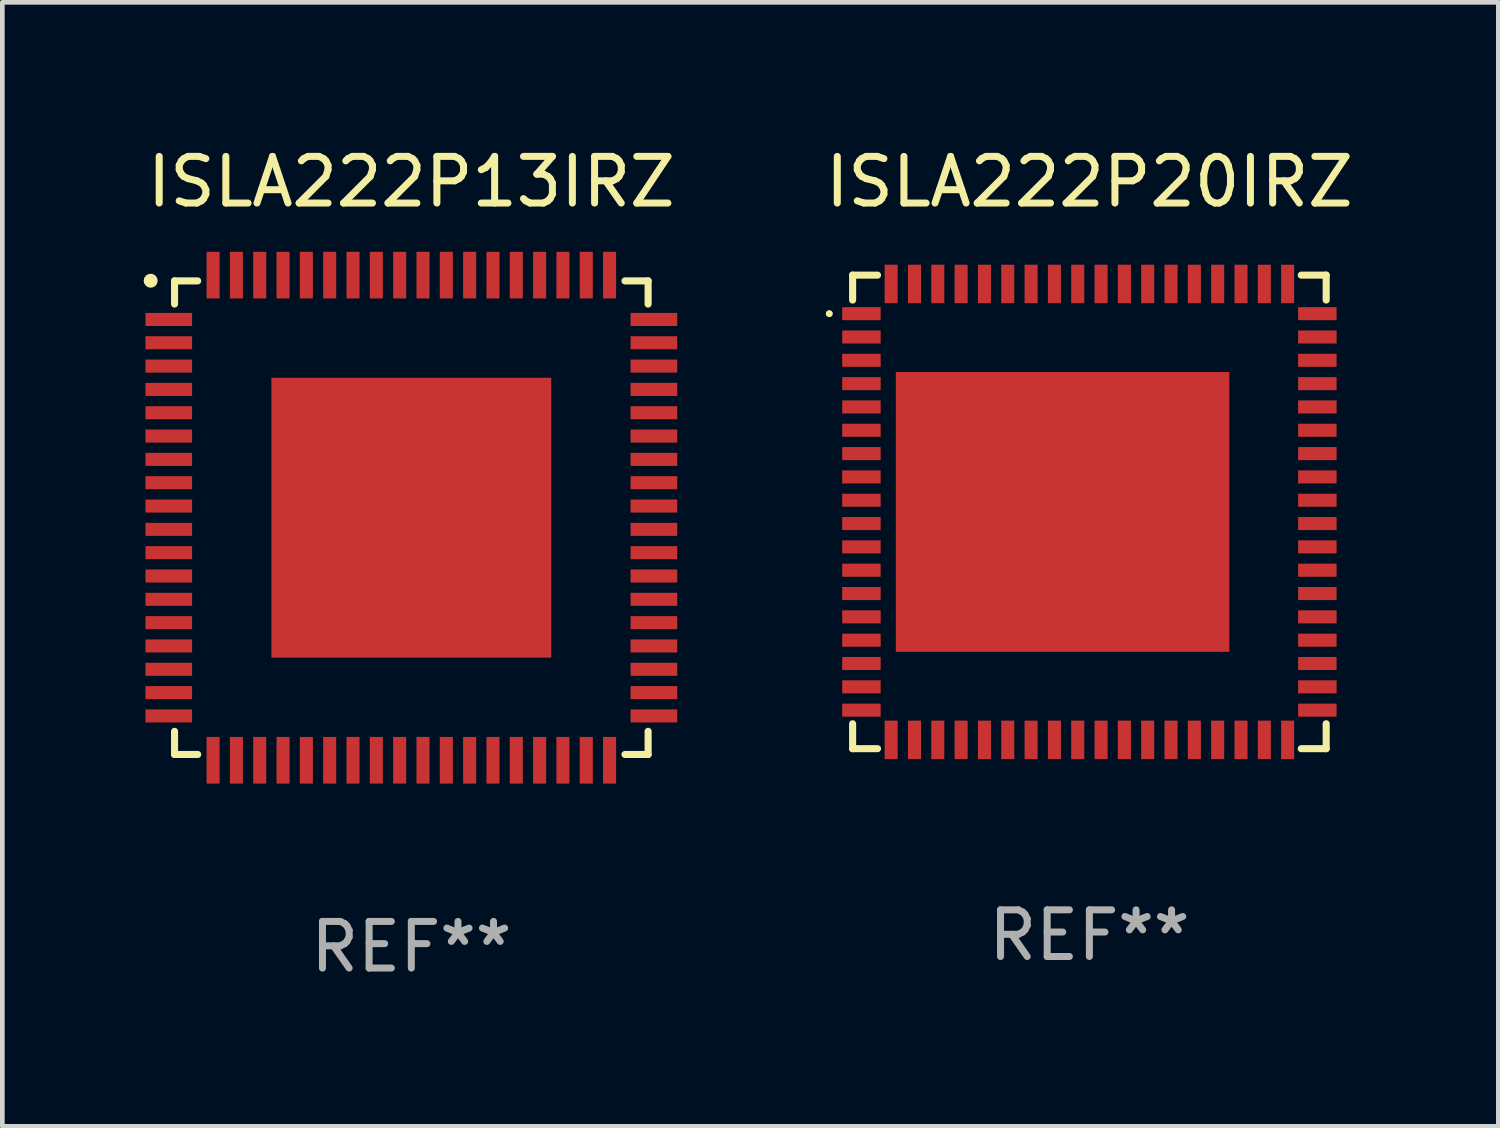
<source format=kicad_pcb>
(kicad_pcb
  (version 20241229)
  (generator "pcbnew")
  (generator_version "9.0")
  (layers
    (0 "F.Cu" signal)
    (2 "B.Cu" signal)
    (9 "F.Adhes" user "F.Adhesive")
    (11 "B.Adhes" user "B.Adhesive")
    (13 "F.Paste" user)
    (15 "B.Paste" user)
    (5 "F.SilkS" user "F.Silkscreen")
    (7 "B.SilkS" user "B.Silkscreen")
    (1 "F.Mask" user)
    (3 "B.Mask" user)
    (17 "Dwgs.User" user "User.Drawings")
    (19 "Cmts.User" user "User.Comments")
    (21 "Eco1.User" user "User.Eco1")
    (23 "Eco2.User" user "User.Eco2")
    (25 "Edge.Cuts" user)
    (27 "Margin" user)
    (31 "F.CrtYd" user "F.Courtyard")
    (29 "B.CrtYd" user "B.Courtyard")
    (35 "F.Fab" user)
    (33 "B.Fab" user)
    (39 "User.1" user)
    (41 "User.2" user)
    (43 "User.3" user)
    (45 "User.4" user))
  (footprint "ISLA222P13IRZ"
    (layer "F.Cu")
    (at 5.768 8.048)
    (property "Reference" "ISLA222P13IRZ" (at 0 -7.2 0) (layer "F.SilkS") (effects (font (size 1 1) (thickness 0.15))))
    (attr through_hole)
    (fp_line (start -5.076 -5.076) (end -5.076 -4.58) (stroke (width 0.152) (type solid)) (layer "F.SilkS"))
    (fp_line (start -5.076 5.076) (end -5.076 4.58) (stroke (width 0.152) (type solid)) (layer "F.SilkS"))
    (fp_line (start -4.58 -5.076) (end -5.076 -5.076) (stroke (width 0.152) (type solid)) (layer "F.SilkS"))
    (fp_line (start -4.58 5.076) (end -5.076 5.076) (stroke (width 0.152) (type solid)) (layer "F.SilkS"))
    (fp_line (start 4.58 -5.076) (end 5.076 -5.076) (stroke (width 0.152) (type solid)) (layer "F.SilkS"))
    (fp_line (start 4.58 5.076) (end 5.076 5.076) (stroke (width 0.152) (type solid)) (layer "F.SilkS"))
    (fp_line (start 5.076 -5.076) (end 5.076 -4.58) (stroke (width 0.152) (type solid)) (layer "F.SilkS"))
    (fp_line (start 5.076 5.076) (end 5.076 4.58) (stroke (width 0.152) (type solid)) (layer "F.SilkS"))
    (fp_circle (center -5.588 -5.08) (end -5.513 -5.08) (stroke (width 0.15) (type solid)) (fill no) (layer "F.SilkS"))
    (fp_text user "REF**" (at 0 9.2 0) (layer "F.Fab") (effects (font (size 1 1) (thickness 0.15))))
    (pad "1" smd rect (at -5.2 -4.25 270) (size 0.28 1) (layers "F.Cu" "F.Mask" "F.Paste"))
    (pad "2" smd rect (at -5.2 -3.75 270) (size 0.28 1) (layers "F.Cu" "F.Mask" "F.Paste"))
    (pad "3" smd rect (at -5.2 -3.25 270) (size 0.28 1) (layers "F.Cu" "F.Mask" "F.Paste"))
    (pad "4" smd rect (at -5.2 -2.75 270) (size 0.28 1) (layers "F.Cu" "F.Mask" "F.Paste"))
    (pad "5" smd rect (at -5.2 -2.25 270) (size 0.28 1) (layers "F.Cu" "F.Mask" "F.Paste"))
    (pad "6" smd rect (at -5.2 -1.75 270) (size 0.28 1) (layers "F.Cu" "F.Mask" "F.Paste"))
    (pad "7" smd rect (at -5.2 -1.25 270) (size 0.28 1) (layers "F.Cu" "F.Mask" "F.Paste"))
    (pad "8" smd rect (at -5.2 -0.75 270) (size 0.28 1) (layers "F.Cu" "F.Mask" "F.Paste"))
    (pad "9" smd rect (at -5.2 -0.25 270) (size 0.28 1) (layers "F.Cu" "F.Mask" "F.Paste"))
    (pad "10" smd rect (at -5.2 0.25 270) (size 0.28 1) (layers "F.Cu" "F.Mask" "F.Paste"))
    (pad "11" smd rect (at -5.2 0.75 270) (size 0.28 1) (layers "F.Cu" "F.Mask" "F.Paste"))
    (pad "12" smd rect (at -5.2 1.25 270) (size 0.28 1) (layers "F.Cu" "F.Mask" "F.Paste"))
    (pad "13" smd rect (at -5.2 1.75 270) (size 0.28 1) (layers "F.Cu" "F.Mask" "F.Paste"))
    (pad "14" smd rect (at -5.2 2.25 270) (size 0.28 1) (layers "F.Cu" "F.Mask" "F.Paste"))
    (pad "15" smd rect (at -5.2 2.75 270) (size 0.28 1) (layers "F.Cu" "F.Mask" "F.Paste"))
    (pad "16" smd rect (at -5.2 3.25 270) (size 0.28 1) (layers "F.Cu" "F.Mask" "F.Paste"))
    (pad "17" smd rect (at -5.2 3.75 270) (size 0.28 1) (layers "F.Cu" "F.Mask" "F.Paste"))
    (pad "18" smd rect (at -5.2 4.25 270) (size 0.28 1) (layers "F.Cu" "F.Mask" "F.Paste"))
    (pad "19" smd rect (at -4.25 5.2 270) (size 1 0.28) (layers "F.Cu" "F.Mask" "F.Paste"))
    (pad "20" smd rect (at -3.75 5.2 270) (size 1 0.28) (layers "F.Cu" "F.Mask" "F.Paste"))
    (pad "21" smd rect (at -3.25 5.2 270) (size 1 0.28) (layers "F.Cu" "F.Mask" "F.Paste"))
    (pad "22" smd rect (at -2.75 5.2 270) (size 1 0.28) (layers "F.Cu" "F.Mask" "F.Paste"))
    (pad "23" smd rect (at -2.25 5.2 270) (size 1 0.28) (layers "F.Cu" "F.Mask" "F.Paste"))
    (pad "24" smd rect (at -1.75 5.2 270) (size 1 0.28) (layers "F.Cu" "F.Mask" "F.Paste"))
    (pad "25" smd rect (at -1.25 5.2 270) (size 1 0.28) (layers "F.Cu" "F.Mask" "F.Paste"))
    (pad "26" smd rect (at -0.75 5.2 270) (size 1 0.28) (layers "F.Cu" "F.Mask" "F.Paste"))
    (pad "27" smd rect (at -0.25 5.2 270) (size 1 0.28) (layers "F.Cu" "F.Mask" "F.Paste"))
    (pad "28" smd rect (at 0.25 5.2 270) (size 1 0.28) (layers "F.Cu" "F.Mask" "F.Paste"))
    (pad "29" smd rect (at 0.75 5.2 270) (size 1 0.28) (layers "F.Cu" "F.Mask" "F.Paste"))
    (pad "30" smd rect (at 1.25 5.2 270) (size 1 0.28) (layers "F.Cu" "F.Mask" "F.Paste"))
    (pad "31" smd rect (at 1.75 5.2 270) (size 1 0.28) (layers "F.Cu" "F.Mask" "F.Paste"))
    (pad "32" smd rect (at 2.25 5.2 270) (size 1 0.28) (layers "F.Cu" "F.Mask" "F.Paste"))
    (pad "33" smd rect (at 2.75 5.2 270) (size 1 0.28) (layers "F.Cu" "F.Mask" "F.Paste"))
    (pad "34" smd rect (at 3.25 5.2 270) (size 1 0.28) (layers "F.Cu" "F.Mask" "F.Paste"))
    (pad "35" smd rect (at 3.75 5.2 270) (size 1 0.28) (layers "F.Cu" "F.Mask" "F.Paste"))
    (pad "36" smd rect (at 4.25 5.2 270) (size 1 0.28) (layers "F.Cu" "F.Mask" "F.Paste"))
    (pad "37" smd rect (at 5.2 4.25 270) (size 0.28 1) (layers "F.Cu" "F.Mask" "F.Paste"))
    (pad "38" smd rect (at 5.2 3.75 270) (size 0.28 1) (layers "F.Cu" "F.Mask" "F.Paste"))
    (pad "39" smd rect (at 5.2 3.25 270) (size 0.28 1) (layers "F.Cu" "F.Mask" "F.Paste"))
    (pad "40" smd rect (at 5.2 2.75 270) (size 0.28 1) (layers "F.Cu" "F.Mask" "F.Paste"))
    (pad "41" smd rect (at 5.2 2.25 270) (size 0.28 1) (layers "F.Cu" "F.Mask" "F.Paste"))
    (pad "42" smd rect (at 5.2 1.75 270) (size 0.28 1) (layers "F.Cu" "F.Mask" "F.Paste"))
    (pad "43" smd rect (at 5.2 1.25 270) (size 0.28 1) (layers "F.Cu" "F.Mask" "F.Paste"))
    (pad "44" smd rect (at 5.2 0.75 270) (size 0.28 1) (layers "F.Cu" "F.Mask" "F.Paste"))
    (pad "45" smd rect (at 5.2 0.25 270) (size 0.28 1) (layers "F.Cu" "F.Mask" "F.Paste"))
    (pad "46" smd rect (at 5.2 -0.25 270) (size 0.28 1) (layers "F.Cu" "F.Mask" "F.Paste"))
    (pad "47" smd rect (at 5.2 -0.75 270) (size 0.28 1) (layers "F.Cu" "F.Mask" "F.Paste"))
    (pad "48" smd rect (at 5.2 -1.25 270) (size 0.28 1) (layers "F.Cu" "F.Mask" "F.Paste"))
    (pad "49" smd rect (at 5.2 -1.75 270) (size 0.28 1) (layers "F.Cu" "F.Mask" "F.Paste"))
    (pad "50" smd rect (at 5.2 -2.25 270) (size 0.28 1) (layers "F.Cu" "F.Mask" "F.Paste"))
    (pad "51" smd rect (at 5.2 -2.75 270) (size 0.28 1) (layers "F.Cu" "F.Mask" "F.Paste"))
    (pad "52" smd rect (at 5.2 -3.25 270) (size 0.28 1) (layers "F.Cu" "F.Mask" "F.Paste"))
    (pad "53" smd rect (at 5.2 -3.75 270) (size 0.28 1) (layers "F.Cu" "F.Mask" "F.Paste"))
    (pad "54" smd rect (at 5.2 -4.25 270) (size 0.28 1) (layers "F.Cu" "F.Mask" "F.Paste"))
    (pad "55" smd rect (at 4.25 -5.2 270) (size 1 0.28) (layers "F.Cu" "F.Mask" "F.Paste"))
    (pad "56" smd rect (at 3.75 -5.2 270) (size 1 0.28) (layers "F.Cu" "F.Mask" "F.Paste"))
    (pad "57" smd rect (at 3.25 -5.2 270) (size 1 0.28) (layers "F.Cu" "F.Mask" "F.Paste"))
    (pad "58" smd rect (at 2.75 -5.2 270) (size 1 0.28) (layers "F.Cu" "F.Mask" "F.Paste"))
    (pad "59" smd rect (at 2.25 -5.2 270) (size 1 0.28) (layers "F.Cu" "F.Mask" "F.Paste"))
    (pad "60" smd rect (at 1.75 -5.2 270) (size 1 0.28) (layers "F.Cu" "F.Mask" "F.Paste"))
    (pad "61" smd rect (at 1.25 -5.2 270) (size 1 0.28) (layers "F.Cu" "F.Mask" "F.Paste"))
    (pad "62" smd rect (at 0.75 -5.2 270) (size 1 0.28) (layers "F.Cu" "F.Mask" "F.Paste"))
    (pad "63" smd rect (at 0.25 -5.2 270) (size 1 0.28) (layers "F.Cu" "F.Mask" "F.Paste"))
    (pad "64" smd rect (at -0.25 -5.2 270) (size 1 0.28) (layers "F.Cu" "F.Mask" "F.Paste"))
    (pad "65" smd rect (at -0.75 -5.2 270) (size 1 0.28) (layers "F.Cu" "F.Mask" "F.Paste"))
    (pad "66" smd rect (at -1.25 -5.2 270) (size 1 0.28) (layers "F.Cu" "F.Mask" "F.Paste"))
    (pad "67" smd rect (at -1.75 -5.2 270) (size 1 0.28) (layers "F.Cu" "F.Mask" "F.Paste"))
    (pad "68" smd rect (at -2.25 -5.2 270) (size 1 0.28) (layers "F.Cu" "F.Mask" "F.Paste"))
    (pad "69" smd rect (at -2.75 -5.2 270) (size 1 0.28) (layers "F.Cu" "F.Mask" "F.Paste"))
    (pad "70" smd rect (at -3.25 -5.2 270) (size 1 0.28) (layers "F.Cu" "F.Mask" "F.Paste"))
    (pad "71" smd rect (at -3.75 -5.2 270) (size 1 0.28) (layers "F.Cu" "F.Mask" "F.Paste"))
    (pad "72" smd rect (at -4.25 -5.2 270) (size 1 0.28) (layers "F.Cu" "F.Mask" "F.Paste"))
    (pad "73" smd rect (at 0.000025 -0.000076 270) (size 6 6) (layers "F.Cu" "F.Mask" "F.Paste")))
  (footprint "ISLA222P20IRZ"
    (layer "F.Cu")
    (at 20.304 7.924)
    (property "Reference" "ISLA222P20IRZ" (at 0 -7.076 0) (layer "F.SilkS") (effects (font (size 1 1) (thickness 0.15))))
    (attr through_hole)
    (fp_line (start -5.076 -5.076) (end -4.542 -5.076) (stroke (width 0.152) (type solid)) (layer "F.SilkS"))
    (fp_line (start -5.076 -4.542) (end -5.076 -5.076) (stroke (width 0.152) (type solid)) (layer "F.SilkS"))
    (fp_line (start -5.076 4.542) (end -5.076 5.076) (stroke (width 0.152) (type solid)) (layer "F.SilkS"))
    (fp_line (start -5.076 5.076) (end -4.542 5.076) (stroke (width 0.152) (type solid)) (layer "F.SilkS"))
    (fp_line (start 5.076 -5.076) (end 4.542 -5.076) (stroke (width 0.152) (type solid)) (layer "F.SilkS"))
    (fp_line (start 5.076 -4.542) (end 5.076 -5.076) (stroke (width 0.152) (type solid)) (layer "F.SilkS"))
    (fp_line (start 5.076 4.542) (end 5.076 5.076) (stroke (width 0.152) (type solid)) (layer "F.SilkS"))
    (fp_line (start 5.076 5.076) (end 4.542 5.076) (stroke (width 0.152) (type solid)) (layer "F.SilkS"))
    (fp_circle (center -5.576 -4.25) (end -5.538 -4.25) (stroke (width 0.075) (type solid)) (fill no) (layer "F.SilkS"))
    (fp_text user "REF**" (at 0 9.076 0) (layer "F.Fab") (effects (font (size 1 1) (thickness 0.15))))
    (pad "1" smd rect (at -4.887 -4.25) (size 0.825 0.28) (layers "F.Cu" "F.Mask" "F.Paste"))
    (pad "2" smd rect (at -4.887 -3.75) (size 0.825 0.28) (layers "F.Cu" "F.Mask" "F.Paste"))
    (pad "3" smd rect (at -4.887 -3.25) (size 0.825 0.28) (layers "F.Cu" "F.Mask" "F.Paste"))
    (pad "4" smd rect (at -4.887 -2.75) (size 0.825 0.28) (layers "F.Cu" "F.Mask" "F.Paste"))
    (pad "5" smd rect (at -4.887 -2.25) (size 0.825 0.28) (layers "F.Cu" "F.Mask" "F.Paste"))
    (pad "6" smd rect (at -4.887 -1.75) (size 0.825 0.28) (layers "F.Cu" "F.Mask" "F.Paste"))
    (pad "7" smd rect (at -4.887 -1.25) (size 0.825 0.28) (layers "F.Cu" "F.Mask" "F.Paste"))
    (pad "8" smd rect (at -4.887 -0.75) (size 0.825 0.28) (layers "F.Cu" "F.Mask" "F.Paste"))
    (pad "9" smd rect (at -4.887 -0.25) (size 0.825 0.28) (layers "F.Cu" "F.Mask" "F.Paste"))
    (pad "10" smd rect (at -4.887 0.25) (size 0.825 0.28) (layers "F.Cu" "F.Mask" "F.Paste"))
    (pad "11" smd rect (at -4.887 0.75) (size 0.825 0.28) (layers "F.Cu" "F.Mask" "F.Paste"))
    (pad "12" smd rect (at -4.887 1.25) (size 0.825 0.28) (layers "F.Cu" "F.Mask" "F.Paste"))
    (pad "13" smd rect (at -4.887 1.75) (size 0.825 0.28) (layers "F.Cu" "F.Mask" "F.Paste"))
    (pad "14" smd rect (at -4.887 2.25) (size 0.825 0.28) (layers "F.Cu" "F.Mask" "F.Paste"))
    (pad "15" smd rect (at -4.887 2.75) (size 0.825 0.28) (layers "F.Cu" "F.Mask" "F.Paste"))
    (pad "16" smd rect (at -4.887 3.25) (size 0.825 0.28) (layers "F.Cu" "F.Mask" "F.Paste"))
    (pad "17" smd rect (at -4.887 3.75) (size 0.825 0.28) (layers "F.Cu" "F.Mask" "F.Paste"))
    (pad "18" smd rect (at -4.887 4.25) (size 0.825 0.28) (layers "F.Cu" "F.Mask" "F.Paste"))
    (pad "19" smd rect (at -4.25 4.887) (size 0.28 0.825) (layers "F.Cu" "F.Mask" "F.Paste"))
    (pad "20" smd rect (at -3.75 4.887) (size 0.28 0.825) (layers "F.Cu" "F.Mask" "F.Paste"))
    (pad "21" smd rect (at -3.25 4.887) (size 0.28 0.825) (layers "F.Cu" "F.Mask" "F.Paste"))
    (pad "22" smd rect (at -2.75 4.887) (size 0.28 0.825) (layers "F.Cu" "F.Mask" "F.Paste"))
    (pad "23" smd rect (at -2.25 4.887) (size 0.28 0.825) (layers "F.Cu" "F.Mask" "F.Paste"))
    (pad "24" smd rect (at -1.75 4.887) (size 0.28 0.825) (layers "F.Cu" "F.Mask" "F.Paste"))
    (pad "25" smd rect (at -1.25 4.887) (size 0.28 0.825) (layers "F.Cu" "F.Mask" "F.Paste"))
    (pad "26" smd rect (at -0.75 4.887) (size 0.28 0.825) (layers "F.Cu" "F.Mask" "F.Paste"))
    (pad "27" smd rect (at -0.25 4.887) (size 0.28 0.825) (layers "F.Cu" "F.Mask" "F.Paste"))
    (pad "28" smd rect (at 0.25 4.887) (size 0.28 0.825) (layers "F.Cu" "F.Mask" "F.Paste"))
    (pad "29" smd rect (at 0.75 4.887) (size 0.28 0.825) (layers "F.Cu" "F.Mask" "F.Paste"))
    (pad "30" smd rect (at 1.25 4.887) (size 0.28 0.825) (layers "F.Cu" "F.Mask" "F.Paste"))
    (pad "31" smd rect (at 1.75 4.887) (size 0.28 0.825) (layers "F.Cu" "F.Mask" "F.Paste"))
    (pad "32" smd rect (at 2.25 4.887) (size 0.28 0.825) (layers "F.Cu" "F.Mask" "F.Paste"))
    (pad "33" smd rect (at 2.75 4.887) (size 0.28 0.825) (layers "F.Cu" "F.Mask" "F.Paste"))
    (pad "34" smd rect (at 3.25 4.887) (size 0.28 0.825) (layers "F.Cu" "F.Mask" "F.Paste"))
    (pad "35" smd rect (at 3.75 4.887) (size 0.28 0.825) (layers "F.Cu" "F.Mask" "F.Paste"))
    (pad "36" smd rect (at 4.25 4.887) (size 0.28 0.825) (layers "F.Cu" "F.Mask" "F.Paste"))
    (pad "37" smd rect (at 4.887 4.25) (size 0.825 0.28) (layers "F.Cu" "F.Mask" "F.Paste"))
    (pad "38" smd rect (at 4.887 3.75) (size 0.825 0.28) (layers "F.Cu" "F.Mask" "F.Paste"))
    (pad "39" smd rect (at 4.887 3.25) (size 0.825 0.28) (layers "F.Cu" "F.Mask" "F.Paste"))
    (pad "40" smd rect (at 4.887 2.75) (size 0.825 0.28) (layers "F.Cu" "F.Mask" "F.Paste"))
    (pad "41" smd rect (at 4.887 2.25) (size 0.825 0.28) (layers "F.Cu" "F.Mask" "F.Paste"))
    (pad "42" smd rect (at 4.887 1.75) (size 0.825 0.28) (layers "F.Cu" "F.Mask" "F.Paste"))
    (pad "43" smd rect (at 4.887 1.25) (size 0.825 0.28) (layers "F.Cu" "F.Mask" "F.Paste"))
    (pad "44" smd rect (at 4.887 0.75) (size 0.825 0.28) (layers "F.Cu" "F.Mask" "F.Paste"))
    (pad "45" smd rect (at 4.887 0.25) (size 0.825 0.28) (layers "F.Cu" "F.Mask" "F.Paste"))
    (pad "46" smd rect (at 4.887 -0.25) (size 0.825 0.28) (layers "F.Cu" "F.Mask" "F.Paste"))
    (pad "47" smd rect (at 4.887 -0.75) (size 0.825 0.28) (layers "F.Cu" "F.Mask" "F.Paste"))
    (pad "48" smd rect (at 4.887 -1.25) (size 0.825 0.28) (layers "F.Cu" "F.Mask" "F.Paste"))
    (pad "49" smd rect (at 4.887 -1.75) (size 0.825 0.28) (layers "F.Cu" "F.Mask" "F.Paste"))
    (pad "50" smd rect (at 4.887 -2.25) (size 0.825 0.28) (layers "F.Cu" "F.Mask" "F.Paste"))
    (pad "51" smd rect (at 4.887 -2.75) (size 0.825 0.28) (layers "F.Cu" "F.Mask" "F.Paste"))
    (pad "52" smd rect (at 4.887 -3.25) (size 0.825 0.28) (layers "F.Cu" "F.Mask" "F.Paste"))
    (pad "53" smd rect (at 4.887 -3.75) (size 0.825 0.28) (layers "F.Cu" "F.Mask" "F.Paste"))
    (pad "54" smd rect (at 4.887 -4.25) (size 0.825 0.28) (layers "F.Cu" "F.Mask" "F.Paste"))
    (pad "55" smd rect (at 4.25 -4.887) (size 0.28 0.825) (layers "F.Cu" "F.Mask" "F.Paste"))
    (pad "56" smd rect (at 3.75 -4.887) (size 0.28 0.825) (layers "F.Cu" "F.Mask" "F.Paste"))
    (pad "57" smd rect (at 3.25 -4.887) (size 0.28 0.825) (layers "F.Cu" "F.Mask" "F.Paste"))
    (pad "58" smd rect (at 2.75 -4.887) (size 0.28 0.825) (layers "F.Cu" "F.Mask" "F.Paste"))
    (pad "59" smd rect (at 2.25 -4.887) (size 0.28 0.825) (layers "F.Cu" "F.Mask" "F.Paste"))
    (pad "60" smd rect (at 1.75 -4.887) (size 0.28 0.825) (layers "F.Cu" "F.Mask" "F.Paste"))
    (pad "61" smd rect (at 1.25 -4.887) (size 0.28 0.825) (layers "F.Cu" "F.Mask" "F.Paste"))
    (pad "62" smd rect (at 0.75 -4.887) (size 0.28 0.825) (layers "F.Cu" "F.Mask" "F.Paste"))
    (pad "63" smd rect (at 0.25 -4.887) (size 0.28 0.825) (layers "F.Cu" "F.Mask" "F.Paste"))
    (pad "64" smd rect (at -0.25 -4.887) (size 0.28 0.825) (layers "F.Cu" "F.Mask" "F.Paste"))
    (pad "65" smd rect (at -0.75 -4.887) (size 0.28 0.825) (layers "F.Cu" "F.Mask" "F.Paste"))
    (pad "66" smd rect (at -1.25 -4.887) (size 0.28 0.825) (layers "F.Cu" "F.Mask" "F.Paste"))
    (pad "67" smd rect (at -1.75 -4.887) (size 0.28 0.825) (layers "F.Cu" "F.Mask" "F.Paste"))
    (pad "68" smd rect (at -2.25 -4.887) (size 0.28 0.825) (layers "F.Cu" "F.Mask" "F.Paste"))
    (pad "69" smd rect (at -2.75 -4.887) (size 0.28 0.825) (layers "F.Cu" "F.Mask" "F.Paste"))
    (pad "70" smd rect (at -3.25 -4.887) (size 0.28 0.825) (layers "F.Cu" "F.Mask" "F.Paste"))
    (pad "71" smd rect (at -3.75 -4.887) (size 0.28 0.825) (layers "F.Cu" "F.Mask" "F.Paste"))
    (pad "72" smd rect (at -4.25 -4.887) (size 0.28 0.825) (layers "F.Cu" "F.Mask" "F.Paste"))
    (pad "73" smd rect (at -0.575 0) (size 7.15 6) (layers "F.Cu" "F.Mask" "F.Paste")))
  (gr_rect
    (start -3 -3)
    (end 29.071 21.096)
    (stroke (width 0.1) (type default))
    (fill no)
    (layer "Edge.Cuts")))
</source>
